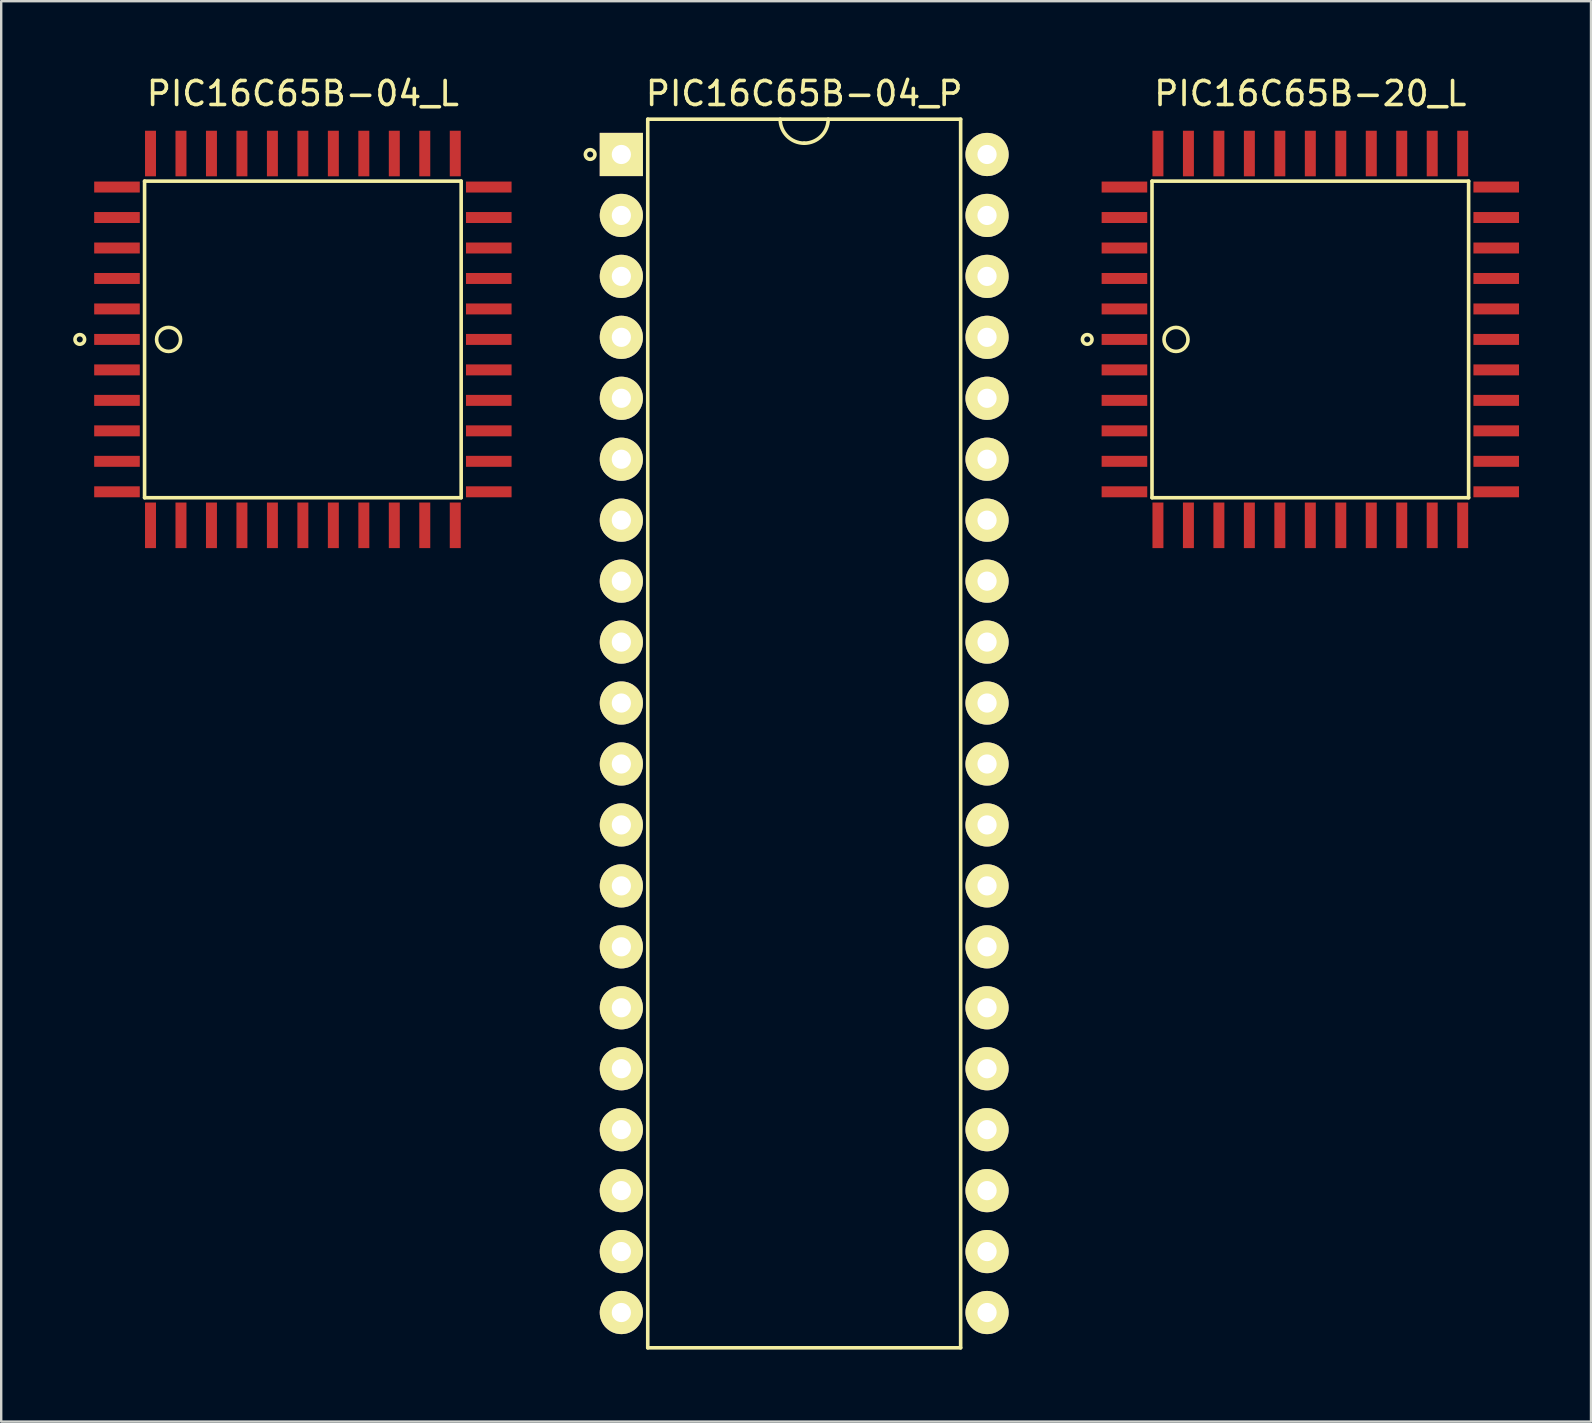
<source format=kicad_pcb>
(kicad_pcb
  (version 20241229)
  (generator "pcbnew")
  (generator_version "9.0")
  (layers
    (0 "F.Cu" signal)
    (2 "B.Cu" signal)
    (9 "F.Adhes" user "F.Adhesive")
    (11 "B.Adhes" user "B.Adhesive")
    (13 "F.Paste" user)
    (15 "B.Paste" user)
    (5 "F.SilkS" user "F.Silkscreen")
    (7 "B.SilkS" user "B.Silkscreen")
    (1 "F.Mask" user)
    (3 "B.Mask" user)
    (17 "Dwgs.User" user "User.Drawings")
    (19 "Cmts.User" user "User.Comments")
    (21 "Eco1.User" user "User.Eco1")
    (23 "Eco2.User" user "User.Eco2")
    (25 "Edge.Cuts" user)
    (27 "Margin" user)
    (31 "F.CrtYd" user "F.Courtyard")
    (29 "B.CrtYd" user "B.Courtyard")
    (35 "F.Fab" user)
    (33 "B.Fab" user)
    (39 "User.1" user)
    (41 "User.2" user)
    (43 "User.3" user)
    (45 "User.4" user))
  (footprint "PIC16C65B-20_L"
    (layer "F.Cu")
    (at 43.809 3.348)
    (property "Reference" "PIC16C65B-20_L" (at 7.747 -2.5 0) (layer "F.SilkS") (effects (font (size 1 1) (thickness 0.15))))
    (attr through_hole)
    (fp_line (start 1.15 1.15) (end 1.15 14.344) (stroke (width 0.15) (type solid)) (layer "F.SilkS"))
    (fp_line (start 1.15 1.15) (end 14.344 1.15) (stroke (width 0.15) (type solid)) (layer "F.SilkS"))
    (fp_line (start 1.15 14.344) (end 14.344 14.344) (stroke (width 0.15) (type solid)) (layer "F.SilkS"))
    (fp_line (start 14.344 14.344) (end 14.344 1.15) (stroke (width 0.15) (type solid)) (layer "F.SilkS"))
    (fp_circle (center -1.55 7.747) (end -1.55 7.547) (stroke (width 0.15) (type solid)) (fill no) (layer "F.SilkS"))
    (fp_circle (center 2.15 7.747) (end 2.15 7.247) (stroke (width 0.15) (type solid)) (fill no) (layer "F.SilkS"))
    (pad "1" smd rect (at 0 7.747) (size 1.9 0.457) (layers "F.Cu" "F.Mask" "F.Paste"))
    (pad "2" smd rect (at 0 9.017) (size 1.9 0.457) (layers "F.Cu" "F.Mask" "F.Paste"))
    (pad "3" smd rect (at 0 10.287) (size 1.9 0.457) (layers "F.Cu" "F.Mask" "F.Paste"))
    (pad "4" smd rect (at 0 11.557) (size 1.9 0.457) (layers "F.Cu" "F.Mask" "F.Paste"))
    (pad "5" smd rect (at 0 12.827) (size 1.9 0.457) (layers "F.Cu" "F.Mask" "F.Paste"))
    (pad "6" smd rect (at 0 14.097) (size 1.9 0.457) (layers "F.Cu" "F.Mask" "F.Paste"))
    (pad "7" smd rect (at 1.397 15.494) (size 0.457 1.9) (layers "F.Cu" "F.Mask" "F.Paste"))
    (pad "8" smd rect (at 2.667 15.494) (size 0.457 1.9) (layers "F.Cu" "F.Mask" "F.Paste"))
    (pad "9" smd rect (at 3.937 15.494) (size 0.457 1.9) (layers "F.Cu" "F.Mask" "F.Paste"))
    (pad "10" smd rect (at 5.207 15.494) (size 0.457 1.9) (layers "F.Cu" "F.Mask" "F.Paste"))
    (pad "11" smd rect (at 6.477 15.494) (size 0.457 1.9) (layers "F.Cu" "F.Mask" "F.Paste"))
    (pad "12" smd rect (at 7.747 15.494) (size 0.457 1.9) (layers "F.Cu" "F.Mask" "F.Paste"))
    (pad "13" smd rect (at 9.017 15.494) (size 0.457 1.9) (layers "F.Cu" "F.Mask" "F.Paste"))
    (pad "14" smd rect (at 10.287 15.494) (size 0.457 1.9) (layers "F.Cu" "F.Mask" "F.Paste"))
    (pad "15" smd rect (at 11.557 15.494) (size 0.457 1.9) (layers "F.Cu" "F.Mask" "F.Paste"))
    (pad "16" smd rect (at 12.827 15.494) (size 0.457 1.9) (layers "F.Cu" "F.Mask" "F.Paste"))
    (pad "17" smd rect (at 14.097 15.494) (size 0.457 1.9) (layers "F.Cu" "F.Mask" "F.Paste"))
    (pad "18" smd rect (at 15.494 14.097) (size 1.9 0.457) (layers "F.Cu" "F.Mask" "F.Paste"))
    (pad "19" smd rect (at 15.494 12.827) (size 1.9 0.457) (layers "F.Cu" "F.Mask" "F.Paste"))
    (pad "20" smd rect (at 15.494 11.557) (size 1.9 0.457) (layers "F.Cu" "F.Mask" "F.Paste"))
    (pad "21" smd rect (at 15.494 10.287) (size 1.9 0.457) (layers "F.Cu" "F.Mask" "F.Paste"))
    (pad "22" smd rect (at 15.494 9.017) (size 1.9 0.457) (layers "F.Cu" "F.Mask" "F.Paste"))
    (pad "23" smd rect (at 15.494 7.747) (size 1.9 0.457) (layers "F.Cu" "F.Mask" "F.Paste"))
    (pad "24" smd rect (at 15.494 6.477) (size 1.9 0.457) (layers "F.Cu" "F.Mask" "F.Paste"))
    (pad "25" smd rect (at 15.494 5.207) (size 1.9 0.457) (layers "F.Cu" "F.Mask" "F.Paste"))
    (pad "26" smd rect (at 15.494 3.937) (size 1.9 0.457) (layers "F.Cu" "F.Mask" "F.Paste"))
    (pad "27" smd rect (at 15.494 2.667) (size 1.9 0.457) (layers "F.Cu" "F.Mask" "F.Paste"))
    (pad "28" smd rect (at 15.494 1.397) (size 1.9 0.457) (layers "F.Cu" "F.Mask" "F.Paste"))
    (pad "29" smd rect (at 14.097 0) (size 0.457 1.9) (layers "F.Cu" "F.Mask" "F.Paste"))
    (pad "30" smd rect (at 12.827 0) (size 0.457 1.9) (layers "F.Cu" "F.Mask" "F.Paste"))
    (pad "31" smd rect (at 11.557 0) (size 0.457 1.9) (layers "F.Cu" "F.Mask" "F.Paste"))
    (pad "32" smd rect (at 10.287 0) (size 0.457 1.9) (layers "F.Cu" "F.Mask" "F.Paste"))
    (pad "33" smd rect (at 9.017 0) (size 0.457 1.9) (layers "F.Cu" "F.Mask" "F.Paste"))
    (pad "34" smd rect (at 7.747 0) (size 0.457 1.9) (layers "F.Cu" "F.Mask" "F.Paste"))
    (pad "35" smd rect (at 6.477 0) (size 0.457 1.9) (layers "F.Cu" "F.Mask" "F.Paste"))
    (pad "36" smd rect (at 5.207 0) (size 0.457 1.9) (layers "F.Cu" "F.Mask" "F.Paste"))
    (pad "37" smd rect (at 3.937 0) (size 0.457 1.9) (layers "F.Cu" "F.Mask" "F.Paste"))
    (pad "38" smd rect (at 2.667 0) (size 0.457 1.9) (layers "F.Cu" "F.Mask" "F.Paste"))
    (pad "39" smd rect (at 1.397 0) (size 0.457 1.9) (layers "F.Cu" "F.Mask" "F.Paste"))
    (pad "40" smd rect (at 0 1.397) (size 1.9 0.457) (layers "F.Cu" "F.Mask" "F.Paste"))
    (pad "41" smd rect (at 0 2.667) (size 1.9 0.457) (layers "F.Cu" "F.Mask" "F.Paste"))
    (pad "42" smd rect (at 0 3.937) (size 1.9 0.457) (layers "F.Cu" "F.Mask" "F.Paste"))
    (pad "43" smd rect (at 0 5.207) (size 1.9 0.457) (layers "F.Cu" "F.Mask" "F.Paste"))
    (pad "44" smd rect (at 0 6.477) (size 1.9 0.457) (layers "F.Cu" "F.Mask" "F.Paste")))
  (footprint "PIC16C65B-04_L"
    (layer "F.Cu")
    (at 1.825 3.348)
    (property "Reference" "PIC16C65B-04_L" (at 7.747 -2.5 0) (layer "F.SilkS") (effects (font (size 1 1) (thickness 0.15))))
    (attr through_hole)
    (fp_line (start 1.15 1.15) (end 1.15 14.344) (stroke (width 0.15) (type solid)) (layer "F.SilkS"))
    (fp_line (start 1.15 1.15) (end 14.344 1.15) (stroke (width 0.15) (type solid)) (layer "F.SilkS"))
    (fp_line (start 1.15 14.344) (end 14.344 14.344) (stroke (width 0.15) (type solid)) (layer "F.SilkS"))
    (fp_line (start 14.344 14.344) (end 14.344 1.15) (stroke (width 0.15) (type solid)) (layer "F.SilkS"))
    (fp_circle (center -1.55 7.747) (end -1.55 7.547) (stroke (width 0.15) (type solid)) (fill no) (layer "F.SilkS"))
    (fp_circle (center 2.15 7.747) (end 2.15 7.247) (stroke (width 0.15) (type solid)) (fill no) (layer "F.SilkS"))
    (pad "1" smd rect (at 0 7.747) (size 1.9 0.457) (layers "F.Cu" "F.Mask" "F.Paste"))
    (pad "2" smd rect (at 0 9.017) (size 1.9 0.457) (layers "F.Cu" "F.Mask" "F.Paste"))
    (pad "3" smd rect (at 0 10.287) (size 1.9 0.457) (layers "F.Cu" "F.Mask" "F.Paste"))
    (pad "4" smd rect (at 0 11.557) (size 1.9 0.457) (layers "F.Cu" "F.Mask" "F.Paste"))
    (pad "5" smd rect (at 0 12.827) (size 1.9 0.457) (layers "F.Cu" "F.Mask" "F.Paste"))
    (pad "6" smd rect (at 0 14.097) (size 1.9 0.457) (layers "F.Cu" "F.Mask" "F.Paste"))
    (pad "7" smd rect (at 1.397 15.494) (size 0.457 1.9) (layers "F.Cu" "F.Mask" "F.Paste"))
    (pad "8" smd rect (at 2.667 15.494) (size 0.457 1.9) (layers "F.Cu" "F.Mask" "F.Paste"))
    (pad "9" smd rect (at 3.937 15.494) (size 0.457 1.9) (layers "F.Cu" "F.Mask" "F.Paste"))
    (pad "10" smd rect (at 5.207 15.494) (size 0.457 1.9) (layers "F.Cu" "F.Mask" "F.Paste"))
    (pad "11" smd rect (at 6.477 15.494) (size 0.457 1.9) (layers "F.Cu" "F.Mask" "F.Paste"))
    (pad "12" smd rect (at 7.747 15.494) (size 0.457 1.9) (layers "F.Cu" "F.Mask" "F.Paste"))
    (pad "13" smd rect (at 9.017 15.494) (size 0.457 1.9) (layers "F.Cu" "F.Mask" "F.Paste"))
    (pad "14" smd rect (at 10.287 15.494) (size 0.457 1.9) (layers "F.Cu" "F.Mask" "F.Paste"))
    (pad "15" smd rect (at 11.557 15.494) (size 0.457 1.9) (layers "F.Cu" "F.Mask" "F.Paste"))
    (pad "16" smd rect (at 12.827 15.494) (size 0.457 1.9) (layers "F.Cu" "F.Mask" "F.Paste"))
    (pad "17" smd rect (at 14.097 15.494) (size 0.457 1.9) (layers "F.Cu" "F.Mask" "F.Paste"))
    (pad "18" smd rect (at 15.494 14.097) (size 1.9 0.457) (layers "F.Cu" "F.Mask" "F.Paste"))
    (pad "19" smd rect (at 15.494 12.827) (size 1.9 0.457) (layers "F.Cu" "F.Mask" "F.Paste"))
    (pad "20" smd rect (at 15.494 11.557) (size 1.9 0.457) (layers "F.Cu" "F.Mask" "F.Paste"))
    (pad "21" smd rect (at 15.494 10.287) (size 1.9 0.457) (layers "F.Cu" "F.Mask" "F.Paste"))
    (pad "22" smd rect (at 15.494 9.017) (size 1.9 0.457) (layers "F.Cu" "F.Mask" "F.Paste"))
    (pad "23" smd rect (at 15.494 7.747) (size 1.9 0.457) (layers "F.Cu" "F.Mask" "F.Paste"))
    (pad "24" smd rect (at 15.494 6.477) (size 1.9 0.457) (layers "F.Cu" "F.Mask" "F.Paste"))
    (pad "25" smd rect (at 15.494 5.207) (size 1.9 0.457) (layers "F.Cu" "F.Mask" "F.Paste"))
    (pad "26" smd rect (at 15.494 3.937) (size 1.9 0.457) (layers "F.Cu" "F.Mask" "F.Paste"))
    (pad "27" smd rect (at 15.494 2.667) (size 1.9 0.457) (layers "F.Cu" "F.Mask" "F.Paste"))
    (pad "28" smd rect (at 15.494 1.397) (size 1.9 0.457) (layers "F.Cu" "F.Mask" "F.Paste"))
    (pad "29" smd rect (at 14.097 0) (size 0.457 1.9) (layers "F.Cu" "F.Mask" "F.Paste"))
    (pad "30" smd rect (at 12.827 0) (size 0.457 1.9) (layers "F.Cu" "F.Mask" "F.Paste"))
    (pad "31" smd rect (at 11.557 0) (size 0.457 1.9) (layers "F.Cu" "F.Mask" "F.Paste"))
    (pad "32" smd rect (at 10.287 0) (size 0.457 1.9) (layers "F.Cu" "F.Mask" "F.Paste"))
    (pad "33" smd rect (at 9.017 0) (size 0.457 1.9) (layers "F.Cu" "F.Mask" "F.Paste"))
    (pad "34" smd rect (at 7.747 0) (size 0.457 1.9) (layers "F.Cu" "F.Mask" "F.Paste"))
    (pad "35" smd rect (at 6.477 0) (size 0.457 1.9) (layers "F.Cu" "F.Mask" "F.Paste"))
    (pad "36" smd rect (at 5.207 0) (size 0.457 1.9) (layers "F.Cu" "F.Mask" "F.Paste"))
    (pad "37" smd rect (at 3.937 0) (size 0.457 1.9) (layers "F.Cu" "F.Mask" "F.Paste"))
    (pad "38" smd rect (at 2.667 0) (size 0.457 1.9) (layers "F.Cu" "F.Mask" "F.Paste"))
    (pad "39" smd rect (at 1.397 0) (size 0.457 1.9) (layers "F.Cu" "F.Mask" "F.Paste"))
    (pad "40" smd rect (at 0 1.397) (size 1.9 0.457) (layers "F.Cu" "F.Mask" "F.Paste"))
    (pad "41" smd rect (at 0 2.667) (size 1.9 0.457) (layers "F.Cu" "F.Mask" "F.Paste"))
    (pad "42" smd rect (at 0 3.937) (size 1.9 0.457) (layers "F.Cu" "F.Mask" "F.Paste"))
    (pad "43" smd rect (at 0 5.207) (size 1.9 0.457) (layers "F.Cu" "F.Mask" "F.Paste"))
    (pad "44" smd rect (at 0 6.477) (size 1.9 0.457) (layers "F.Cu" "F.Mask" "F.Paste")))
  (footprint "PIC16C65B-04_P"
    (layer "F.Cu")
    (at 22.844 3.388)
    (property "Reference" "PIC16C65B-04_P" (at 7.62 -2.54 0) (layer "F.SilkS") (effects (font (size 1 1) (thickness 0.15))))
    (attr through_hole)
    (fp_line (start 1.1 -1.47) (end 14.14 -1.47) (stroke (width 0.15) (type solid)) (layer "F.SilkS"))
    (fp_line (start 1.1 49.73) (end 1.1 -1.47) (stroke (width 0.15) (type solid)) (layer "F.SilkS"))
    (fp_line (start 14.14 -1.47) (end 14.14 49.73) (stroke (width 0.15) (type solid)) (layer "F.SilkS"))
    (fp_line (start 14.14 49.73) (end 1.1 49.73) (stroke (width 0.15) (type solid)) (layer "F.SilkS"))
    (fp_arc (start 7.62 -0.47) (mid 6.912893 -0.762893) (end 6.62 -1.47) (stroke (width 0.15) (type solid)) (layer "F.SilkS"))
    (fp_arc (start 8.62 -1.47) (mid 8.327107 -0.762893) (end 7.62 -0.47) (stroke (width 0.15) (type solid)) (layer "F.SilkS"))
    (fp_circle (center -1.3 0) (end -1.3 0.2) (stroke (width 0.15) (type solid)) (fill no) (layer "F.SilkS"))
    (pad "1" thru_hole rect (at 0 0) (size 1.8 1.8) (drill 0.8) (layers "*.Cu" "*.Mask" "F.SilkS"))
    (pad "2" thru_hole circle (at 0 2.54) (size 1.8 1.8) (drill 0.8) (layers "*.Cu" "*.Mask" "F.SilkS"))
    (pad "3" thru_hole circle (at 0 5.08) (size 1.8 1.8) (drill 0.8) (layers "*.Cu" "*.Mask" "F.SilkS"))
    (pad "4" thru_hole circle (at 0 7.62) (size 1.8 1.8) (drill 0.8) (layers "*.Cu" "*.Mask" "F.SilkS"))
    (pad "5" thru_hole circle (at 0 10.16) (size 1.8 1.8) (drill 0.8) (layers "*.Cu" "*.Mask" "F.SilkS"))
    (pad "6" thru_hole circle (at 0 12.7) (size 1.8 1.8) (drill 0.8) (layers "*.Cu" "*.Mask" "F.SilkS"))
    (pad "7" thru_hole circle (at 0 15.24) (size 1.8 1.8) (drill 0.8) (layers "*.Cu" "*.Mask" "F.SilkS"))
    (pad "8" thru_hole circle (at 0 17.78) (size 1.8 1.8) (drill 0.8) (layers "*.Cu" "*.Mask" "F.SilkS"))
    (pad "9" thru_hole circle (at 0 20.32) (size 1.8 1.8) (drill 0.8) (layers "*.Cu" "*.Mask" "F.SilkS"))
    (pad "10" thru_hole circle (at 0 22.86) (size 1.8 1.8) (drill 0.8) (layers "*.Cu" "*.Mask" "F.SilkS"))
    (pad "11" thru_hole circle (at 0 25.4) (size 1.8 1.8) (drill 0.8) (layers "*.Cu" "*.Mask" "F.SilkS"))
    (pad "12" thru_hole circle (at 0 27.94) (size 1.8 1.8) (drill 0.8) (layers "*.Cu" "*.Mask" "F.SilkS"))
    (pad "13" thru_hole circle (at 0 30.48) (size 1.8 1.8) (drill 0.8) (layers "*.Cu" "*.Mask" "F.SilkS"))
    (pad "14" thru_hole circle (at 0 33.02) (size 1.8 1.8) (drill 0.8) (layers "*.Cu" "*.Mask" "F.SilkS"))
    (pad "15" thru_hole circle (at 0 35.56) (size 1.8 1.8) (drill 0.8) (layers "*.Cu" "*.Mask" "F.SilkS"))
    (pad "16" thru_hole circle (at 0 38.1) (size 1.8 1.8) (drill 0.8) (layers "*.Cu" "*.Mask" "F.SilkS"))
    (pad "17" thru_hole circle (at 0 40.64) (size 1.8 1.8) (drill 0.8) (layers "*.Cu" "*.Mask" "F.SilkS"))
    (pad "18" thru_hole circle (at 0 43.18) (size 1.8 1.8) (drill 0.8) (layers "*.Cu" "*.Mask" "F.SilkS"))
    (pad "19" thru_hole circle (at 0 45.72) (size 1.8 1.8) (drill 0.8) (layers "*.Cu" "*.Mask" "F.SilkS"))
    (pad "20" thru_hole circle (at 0 48.26) (size 1.8 1.8) (drill 0.8) (layers "*.Cu" "*.Mask" "F.SilkS"))
    (pad "21" thru_hole circle (at 15.24 48.26) (size 1.8 1.8) (drill 0.8) (layers "*.Cu" "*.Mask" "F.SilkS"))
    (pad "22" thru_hole circle (at 15.24 45.72) (size 1.8 1.8) (drill 0.8) (layers "*.Cu" "*.Mask" "F.SilkS"))
    (pad "23" thru_hole circle (at 15.24 43.18) (size 1.8 1.8) (drill 0.8) (layers "*.Cu" "*.Mask" "F.SilkS"))
    (pad "24" thru_hole circle (at 15.24 40.64) (size 1.8 1.8) (drill 0.8) (layers "*.Cu" "*.Mask" "F.SilkS"))
    (pad "25" thru_hole circle (at 15.24 38.1) (size 1.8 1.8) (drill 0.8) (layers "*.Cu" "*.Mask" "F.SilkS"))
    (pad "26" thru_hole circle (at 15.24 35.56) (size 1.8 1.8) (drill 0.8) (layers "*.Cu" "*.Mask" "F.SilkS"))
    (pad "27" thru_hole circle (at 15.24 33.02) (size 1.8 1.8) (drill 0.8) (layers "*.Cu" "*.Mask" "F.SilkS"))
    (pad "28" thru_hole circle (at 15.24 30.48) (size 1.8 1.8) (drill 0.8) (layers "*.Cu" "*.Mask" "F.SilkS"))
    (pad "29" thru_hole circle (at 15.24 27.94) (size 1.8 1.8) (drill 0.8) (layers "*.Cu" "*.Mask" "F.SilkS"))
    (pad "30" thru_hole circle (at 15.24 25.4) (size 1.8 1.8) (drill 0.8) (layers "*.Cu" "*.Mask" "F.SilkS"))
    (pad "31" thru_hole circle (at 15.24 22.86) (size 1.8 1.8) (drill 0.8) (layers "*.Cu" "*.Mask" "F.SilkS"))
    (pad "32" thru_hole circle (at 15.24 20.32) (size 1.8 1.8) (drill 0.8) (layers "*.Cu" "*.Mask" "F.SilkS"))
    (pad "33" thru_hole circle (at 15.24 17.78) (size 1.8 1.8) (drill 0.8) (layers "*.Cu" "*.Mask" "F.SilkS"))
    (pad "34" thru_hole circle (at 15.24 15.24) (size 1.8 1.8) (drill 0.8) (layers "*.Cu" "*.Mask" "F.SilkS"))
    (pad "35" thru_hole circle (at 15.24 12.7) (size 1.8 1.8) (drill 0.8) (layers "*.Cu" "*.Mask" "F.SilkS"))
    (pad "36" thru_hole circle (at 15.24 10.16) (size 1.8 1.8) (drill 0.8) (layers "*.Cu" "*.Mask" "F.SilkS"))
    (pad "37" thru_hole circle (at 15.24 7.62) (size 1.8 1.8) (drill 0.8) (layers "*.Cu" "*.Mask" "F.SilkS"))
    (pad "38" thru_hole circle (at 15.24 5.08) (size 1.8 1.8) (drill 0.8) (layers "*.Cu" "*.Mask" "F.SilkS"))
    (pad "39" thru_hole circle (at 15.24 2.54) (size 1.8 1.8) (drill 0.8) (layers "*.Cu" "*.Mask" "F.SilkS"))
    (pad "40" thru_hole circle (at 15.24 0) (size 1.8 1.8) (drill 0.8) (layers "*.Cu" "*.Mask" "F.SilkS")))
  (gr_rect
    (start -3 -3)
    (end 63.253 56.193)
    (stroke (width 0.1) (type default))
    (fill no)
    (layer "Edge.Cuts")))
</source>
